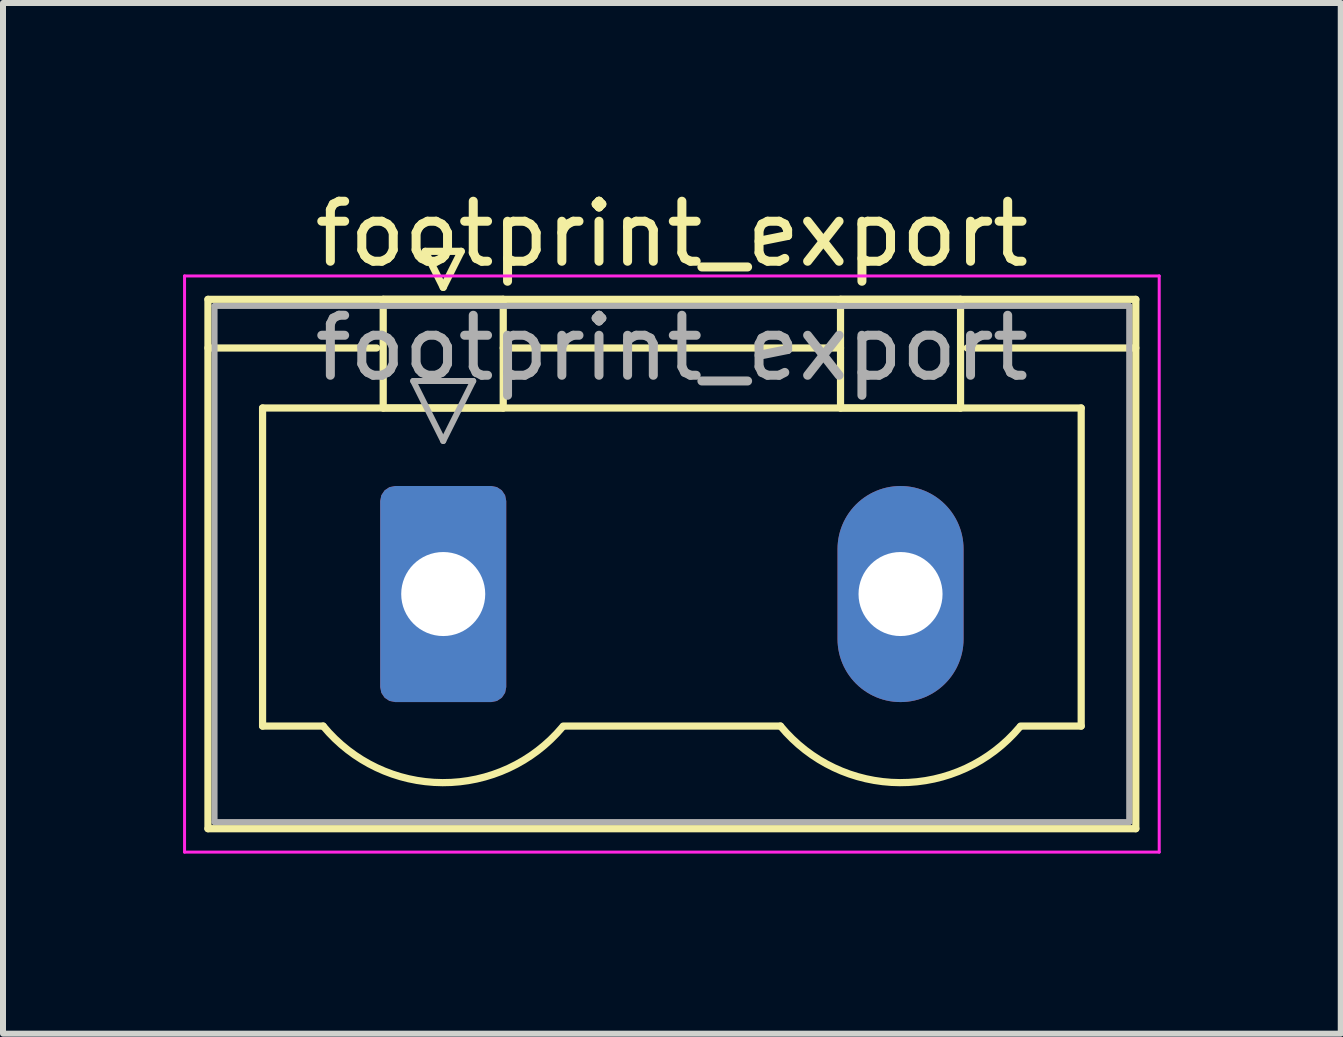
<source format=kicad_pcb>
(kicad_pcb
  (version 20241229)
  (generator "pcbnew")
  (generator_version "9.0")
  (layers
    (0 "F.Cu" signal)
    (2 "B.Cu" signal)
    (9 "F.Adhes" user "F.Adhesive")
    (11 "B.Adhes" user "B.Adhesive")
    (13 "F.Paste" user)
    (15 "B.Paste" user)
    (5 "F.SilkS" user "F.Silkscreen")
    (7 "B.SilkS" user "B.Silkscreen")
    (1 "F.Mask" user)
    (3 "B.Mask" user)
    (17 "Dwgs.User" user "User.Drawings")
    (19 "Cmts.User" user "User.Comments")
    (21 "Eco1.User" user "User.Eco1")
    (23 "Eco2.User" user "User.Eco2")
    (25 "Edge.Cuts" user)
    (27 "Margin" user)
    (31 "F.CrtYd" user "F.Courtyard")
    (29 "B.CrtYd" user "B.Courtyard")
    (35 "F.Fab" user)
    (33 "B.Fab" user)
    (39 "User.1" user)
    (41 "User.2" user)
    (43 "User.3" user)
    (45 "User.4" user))
  (footprint "footprint_export"
    (layer "F.Cu")
    (at 4.335 6.848)
    (property "Reference" "footprint_export" (at 3.81 -6 0) (layer "F.SilkS") (effects (font (size 1 1) (thickness 0.15))))
    (attr through_hole)
    (fp_line (start -3.92 -4.91) (end -3.92 3.91) (stroke (width 0.12) (type solid)) (layer "F.SilkS"))
    (fp_line (start -3.92 -4.1) (end -1.11 -4.1) (stroke (width 0.12) (type solid)) (layer "F.SilkS"))
    (fp_line (start -3.92 3.91) (end 11.54 3.91) (stroke (width 0.12) (type solid)) (layer "F.SilkS"))
    (fp_line (start -3.01 -3.1) (end 10.63 -3.1) (stroke (width 0.12) (type solid)) (layer "F.SilkS"))
    (fp_line (start -3.01 2.2) (end -3.01 -3.1) (stroke (width 0.12) (type solid)) (layer "F.SilkS"))
    (fp_line (start -2 2.2) (end -3.01 2.2) (stroke (width 0.12) (type solid)) (layer "F.SilkS"))
    (fp_line (start -1 -4.91) (end 1 -4.91) (stroke (width 0.12) (type solid)) (layer "F.SilkS"))
    (fp_line (start -1 -3.1) (end -1 -4.91) (stroke (width 0.12) (type solid)) (layer "F.SilkS"))
    (fp_line (start -0.3 -5.71) (end 0.3 -5.71) (stroke (width 0.12) (type solid)) (layer "F.SilkS"))
    (fp_line (start 0 -5.11) (end -0.3 -5.71) (stroke (width 0.12) (type solid)) (layer "F.SilkS"))
    (fp_line (start 0.3 -5.71) (end 0 -5.11) (stroke (width 0.12) (type solid)) (layer "F.SilkS"))
    (fp_line (start 1 -4.91) (end 1 -3.1) (stroke (width 0.12) (type solid)) (layer "F.SilkS"))
    (fp_line (start 1 -4.1) (end 6.62 -4.1) (stroke (width 0.12) (type solid)) (layer "F.SilkS"))
    (fp_line (start 1 -3.1) (end -1 -3.1) (stroke (width 0.12) (type solid)) (layer "F.SilkS"))
    (fp_line (start 2 2.2) (end 5.62 2.2) (stroke (width 0.12) (type solid)) (layer "F.SilkS"))
    (fp_line (start 6.62 -4.91) (end 8.62 -4.91) (stroke (width 0.12) (type solid)) (layer "F.SilkS"))
    (fp_line (start 6.62 -3.1) (end 6.62 -4.91) (stroke (width 0.12) (type solid)) (layer "F.SilkS"))
    (fp_line (start 8.62 -4.91) (end 8.62 -3.1) (stroke (width 0.12) (type solid)) (layer "F.SilkS"))
    (fp_line (start 8.62 -3.1) (end 6.62 -3.1) (stroke (width 0.12) (type solid)) (layer "F.SilkS"))
    (fp_line (start 10.63 -3.1) (end 10.63 2.2) (stroke (width 0.12) (type solid)) (layer "F.SilkS"))
    (fp_line (start 10.63 2.2) (end 9.62 2.2) (stroke (width 0.12) (type solid)) (layer "F.SilkS"))
    (fp_line (start 11.54 -4.91) (end -3.92 -4.91) (stroke (width 0.12) (type solid)) (layer "F.SilkS"))
    (fp_line (start 11.54 -4.1) (end 8.73 -4.1) (stroke (width 0.12) (type solid)) (layer "F.SilkS"))
    (fp_line (start 11.54 3.91) (end 11.54 -4.91) (stroke (width 0.12) (type solid)) (layer "F.SilkS"))
    (fp_arc (start 1.986842 2.215821) (mid -0.010289 3.142758) (end -2 2.2) (stroke (width 0.12) (type solid)) (layer "F.SilkS"))
    (fp_arc (start 9.606842 2.215821) (mid 7.609711 3.142758) (end 5.62 2.2) (stroke (width 0.12) (type solid)) (layer "F.SilkS"))
    (fp_line (start -4.31 -5.3) (end -4.31 4.3) (stroke (width 0.05) (type solid)) (layer "F.CrtYd"))
    (fp_line (start -4.31 4.3) (end 11.93 4.3) (stroke (width 0.05) (type solid)) (layer "F.CrtYd"))
    (fp_line (start 11.93 -5.3) (end -4.31 -5.3) (stroke (width 0.05) (type solid)) (layer "F.CrtYd"))
    (fp_line (start 11.93 4.3) (end 11.93 -5.3) (stroke (width 0.05) (type solid)) (layer "F.CrtYd"))
    (fp_line (start -3.81 -4.8) (end -3.81 3.8) (stroke (width 0.1) (type solid)) (layer "F.Fab"))
    (fp_line (start -3.81 3.8) (end 11.43 3.8) (stroke (width 0.1) (type solid)) (layer "F.Fab"))
    (fp_line (start -0.5 -3.55) (end 0.5 -3.55) (stroke (width 0.1) (type solid)) (layer "F.Fab"))
    (fp_line (start 0 -2.55) (end -0.5 -3.55) (stroke (width 0.1) (type solid)) (layer "F.Fab"))
    (fp_line (start 0.5 -3.55) (end 0 -2.55) (stroke (width 0.1) (type solid)) (layer "F.Fab"))
    (fp_line (start 11.43 -4.8) (end -3.81 -4.8) (stroke (width 0.1) (type solid)) (layer "F.Fab"))
    (fp_line (start 11.43 3.8) (end 11.43 -4.8) (stroke (width 0.1) (type solid)) (layer "F.Fab"))
    (fp_text user "${REFERENCE}" (at 3.81 -4.1 0) (layer "F.Fab") (effects (font (size 1 1) (thickness 0.15))))
    (pad "1" thru_hole roundrect (at 0 0) (size 2.1 3.6) (drill 1.4) (layers "*.Cu" "*.Mask") (roundrect_rratio 0.119))
    (pad "2" thru_hole oval (at 7.62 0) (size 2.1 3.6) (drill 1.4) (layers "*.Cu" "*.Mask")))
  (gr_rect
    (start -3 -3)
    (end 19.29 14.173)
    (stroke (width 0.1) (type default))
    (fill no)
    (layer "Edge.Cuts")))
</source>
